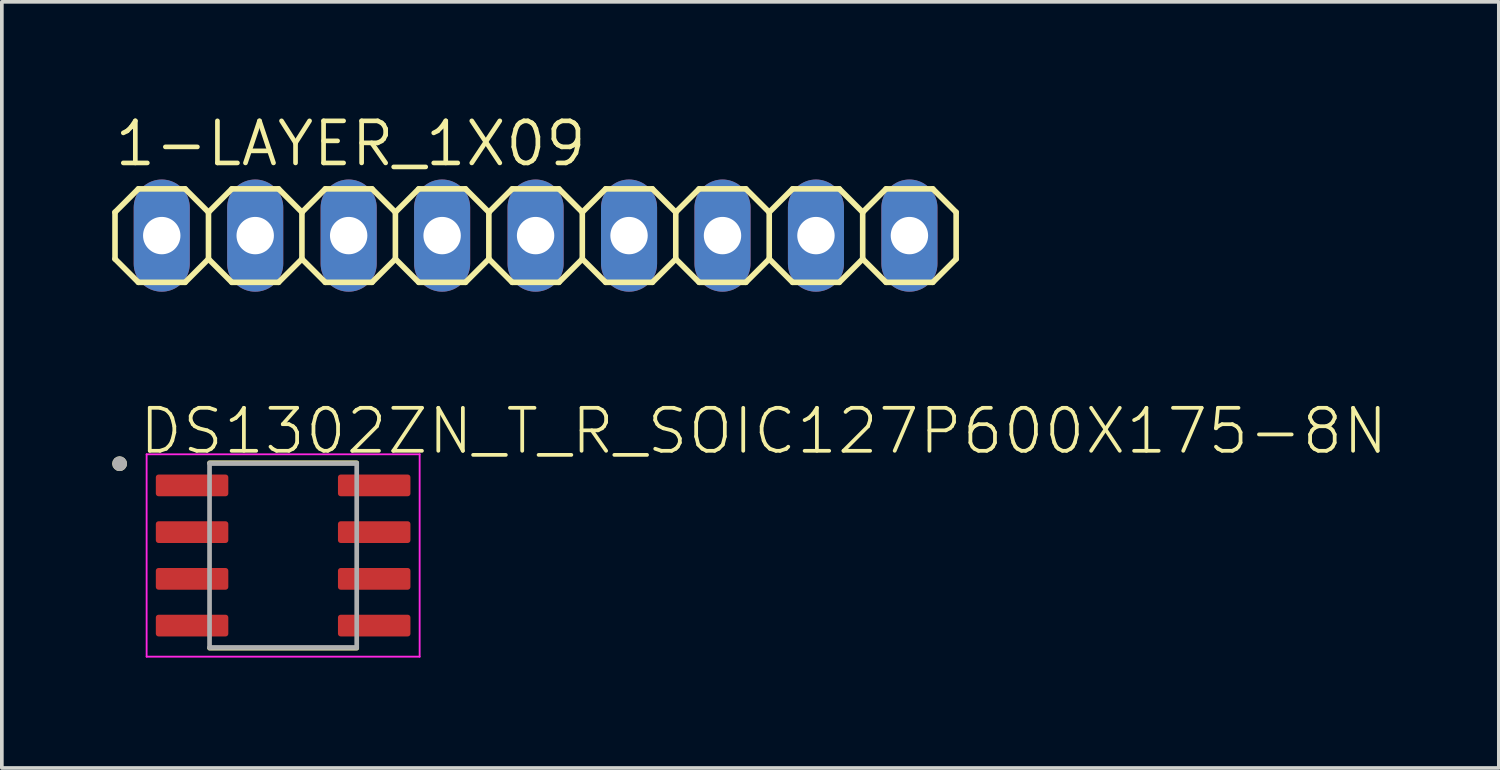
<source format=kicad_pcb>
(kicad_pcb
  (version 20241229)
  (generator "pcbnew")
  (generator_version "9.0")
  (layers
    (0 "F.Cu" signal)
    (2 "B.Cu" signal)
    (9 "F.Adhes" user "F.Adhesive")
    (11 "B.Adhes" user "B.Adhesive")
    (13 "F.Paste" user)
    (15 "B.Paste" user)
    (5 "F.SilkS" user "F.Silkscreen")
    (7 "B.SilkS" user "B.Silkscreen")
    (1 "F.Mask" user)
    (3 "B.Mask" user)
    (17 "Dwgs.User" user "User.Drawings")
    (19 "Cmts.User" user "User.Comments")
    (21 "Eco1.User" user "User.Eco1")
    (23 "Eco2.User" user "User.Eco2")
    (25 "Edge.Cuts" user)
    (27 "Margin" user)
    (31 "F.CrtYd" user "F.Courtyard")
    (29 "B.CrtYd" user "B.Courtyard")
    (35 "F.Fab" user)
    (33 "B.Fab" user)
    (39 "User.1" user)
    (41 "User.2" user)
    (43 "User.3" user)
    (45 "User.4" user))
  (footprint "1-LAYER_1X09"
    (layer "F.Cu")
    (at 11.506 3.353)
    (property "Reference" "1-LAYER_1X09" (at -11.506 -1.829 0) (unlocked yes) (layer "F.SilkS") (effects (font (size 1.143 1.143) (thickness 0.127)) (justify left bottom)))
    (fp_line (start -11.43 -0.635) (end -11.43 0.635) (stroke (width 0.152) (type solid)) (layer "F.SilkS"))
    (fp_line (start -11.43 0.635) (end -10.795 1.27) (stroke (width 0.152) (type solid)) (layer "F.SilkS"))
    (fp_line (start -10.795 -1.27) (end -11.43 -0.635) (stroke (width 0.152) (type solid)) (layer "F.SilkS"))
    (fp_line (start -10.795 -1.27) (end -9.525 -1.27) (stroke (width 0.152) (type solid)) (layer "F.SilkS"))
    (fp_line (start -9.525 -1.27) (end -8.89 -0.635) (stroke (width 0.152) (type solid)) (layer "F.SilkS"))
    (fp_line (start -9.525 1.27) (end -10.795 1.27) (stroke (width 0.152) (type solid)) (layer "F.SilkS"))
    (fp_line (start -8.89 -0.635) (end -8.89 0.635) (stroke (width 0.152) (type solid)) (layer "F.SilkS"))
    (fp_line (start -8.89 -0.635) (end -8.255 -1.27) (stroke (width 0.152) (type solid)) (layer "F.SilkS"))
    (fp_line (start -8.89 0.635) (end -9.525 1.27) (stroke (width 0.152) (type solid)) (layer "F.SilkS"))
    (fp_line (start -8.255 -1.27) (end -6.985 -1.27) (stroke (width 0.152) (type solid)) (layer "F.SilkS"))
    (fp_line (start -8.255 1.27) (end -8.89 0.635) (stroke (width 0.152) (type solid)) (layer "F.SilkS"))
    (fp_line (start -6.985 -1.27) (end -6.35 -0.635) (stroke (width 0.152) (type solid)) (layer "F.SilkS"))
    (fp_line (start -6.985 1.27) (end -8.255 1.27) (stroke (width 0.152) (type solid)) (layer "F.SilkS"))
    (fp_line (start -6.35 -0.635) (end -6.35 0.635) (stroke (width 0.152) (type solid)) (layer "F.SilkS"))
    (fp_line (start -6.35 -0.635) (end -5.715 -1.27) (stroke (width 0.152) (type solid)) (layer "F.SilkS"))
    (fp_line (start -6.35 0.635) (end -6.985 1.27) (stroke (width 0.152) (type solid)) (layer "F.SilkS"))
    (fp_line (start -5.715 -1.27) (end -4.445 -1.27) (stroke (width 0.152) (type solid)) (layer "F.SilkS"))
    (fp_line (start -5.715 1.27) (end -6.35 0.635) (stroke (width 0.152) (type solid)) (layer "F.SilkS"))
    (fp_line (start -4.445 -1.27) (end -3.81 -0.635) (stroke (width 0.152) (type solid)) (layer "F.SilkS"))
    (fp_line (start -4.445 1.27) (end -5.715 1.27) (stroke (width 0.152) (type solid)) (layer "F.SilkS"))
    (fp_line (start -3.81 -0.635) (end -3.81 0.635) (stroke (width 0.152) (type solid)) (layer "F.SilkS"))
    (fp_line (start -3.81 0.635) (end -4.445 1.27) (stroke (width 0.152) (type solid)) (layer "F.SilkS"))
    (fp_line (start -3.81 0.635) (end -3.175 1.27) (stroke (width 0.152) (type solid)) (layer "F.SilkS"))
    (fp_line (start -3.175 -1.27) (end -3.81 -0.635) (stroke (width 0.152) (type solid)) (layer "F.SilkS"))
    (fp_line (start -3.175 -1.27) (end -1.905 -1.27) (stroke (width 0.152) (type solid)) (layer "F.SilkS"))
    (fp_line (start -1.905 -1.27) (end -1.27 -0.635) (stroke (width 0.152) (type solid)) (layer "F.SilkS"))
    (fp_line (start -1.905 1.27) (end -3.175 1.27) (stroke (width 0.152) (type solid)) (layer "F.SilkS"))
    (fp_line (start -1.27 -0.635) (end -1.27 0.635) (stroke (width 0.152) (type solid)) (layer "F.SilkS"))
    (fp_line (start -1.27 -0.635) (end -0.635 -1.27) (stroke (width 0.152) (type solid)) (layer "F.SilkS"))
    (fp_line (start -1.27 0.635) (end -1.905 1.27) (stroke (width 0.152) (type solid)) (layer "F.SilkS"))
    (fp_line (start -0.635 -1.27) (end 0.635 -1.27) (stroke (width 0.152) (type solid)) (layer "F.SilkS"))
    (fp_line (start -0.635 1.27) (end -1.27 0.635) (stroke (width 0.152) (type solid)) (layer "F.SilkS"))
    (fp_line (start 0.635 -1.27) (end 1.27 -0.635) (stroke (width 0.152) (type solid)) (layer "F.SilkS"))
    (fp_line (start 0.635 1.27) (end -0.635 1.27) (stroke (width 0.152) (type solid)) (layer "F.SilkS"))
    (fp_line (start 1.27 -0.635) (end 1.27 0.635) (stroke (width 0.152) (type solid)) (layer "F.SilkS"))
    (fp_line (start 1.27 -0.635) (end 1.905 -1.27) (stroke (width 0.152) (type solid)) (layer "F.SilkS"))
    (fp_line (start 1.27 0.635) (end 0.635 1.27) (stroke (width 0.152) (type solid)) (layer "F.SilkS"))
    (fp_line (start 1.905 -1.27) (end 3.175 -1.27) (stroke (width 0.152) (type solid)) (layer "F.SilkS"))
    (fp_line (start 1.905 1.27) (end 1.27 0.635) (stroke (width 0.152) (type solid)) (layer "F.SilkS"))
    (fp_line (start 3.175 -1.27) (end 3.81 -0.635) (stroke (width 0.152) (type solid)) (layer "F.SilkS"))
    (fp_line (start 3.175 1.27) (end 1.905 1.27) (stroke (width 0.152) (type solid)) (layer "F.SilkS"))
    (fp_line (start 3.81 -0.635) (end 3.81 0.635) (stroke (width 0.152) (type solid)) (layer "F.SilkS"))
    (fp_line (start 3.81 0.635) (end 3.175 1.27) (stroke (width 0.152) (type solid)) (layer "F.SilkS"))
    (fp_line (start 3.81 0.635) (end 4.445 1.27) (stroke (width 0.152) (type solid)) (layer "F.SilkS"))
    (fp_line (start 4.445 -1.27) (end 3.81 -0.635) (stroke (width 0.152) (type solid)) (layer "F.SilkS"))
    (fp_line (start 4.445 -1.27) (end 5.715 -1.27) (stroke (width 0.152) (type solid)) (layer "F.SilkS"))
    (fp_line (start 5.715 -1.27) (end 6.35 -0.635) (stroke (width 0.152) (type solid)) (layer "F.SilkS"))
    (fp_line (start 5.715 1.27) (end 4.445 1.27) (stroke (width 0.152) (type solid)) (layer "F.SilkS"))
    (fp_line (start 6.35 -0.635) (end 6.35 0.635) (stroke (width 0.152) (type solid)) (layer "F.SilkS"))
    (fp_line (start 6.35 -0.635) (end 6.985 -1.27) (stroke (width 0.152) (type solid)) (layer "F.SilkS"))
    (fp_line (start 6.35 0.635) (end 5.715 1.27) (stroke (width 0.152) (type solid)) (layer "F.SilkS"))
    (fp_line (start 6.985 -1.27) (end 8.255 -1.27) (stroke (width 0.152) (type solid)) (layer "F.SilkS"))
    (fp_line (start 6.985 1.27) (end 6.35 0.635) (stroke (width 0.152) (type solid)) (layer "F.SilkS"))
    (fp_line (start 8.255 -1.27) (end 8.89 -0.635) (stroke (width 0.152) (type solid)) (layer "F.SilkS"))
    (fp_line (start 8.255 1.27) (end 6.985 1.27) (stroke (width 0.152) (type solid)) (layer "F.SilkS"))
    (fp_line (start 8.89 -0.635) (end 8.89 0.635) (stroke (width 0.152) (type solid)) (layer "F.SilkS"))
    (fp_line (start 8.89 0.635) (end 8.255 1.27) (stroke (width 0.152) (type solid)) (layer "F.SilkS"))
    (fp_line (start 8.89 0.635) (end 9.525 1.27) (stroke (width 0.152) (type solid)) (layer "F.SilkS"))
    (fp_line (start 9.525 -1.27) (end 8.89 -0.635) (stroke (width 0.152) (type solid)) (layer "F.SilkS"))
    (fp_line (start 9.525 -1.27) (end 10.795 -1.27) (stroke (width 0.152) (type solid)) (layer "F.SilkS"))
    (fp_line (start 10.795 -1.27) (end 11.43 -0.635) (stroke (width 0.152) (type solid)) (layer "F.SilkS"))
    (fp_line (start 10.795 1.27) (end 9.525 1.27) (stroke (width 0.152) (type solid)) (layer "F.SilkS"))
    (fp_line (start 11.43 -0.635) (end 11.43 0.635) (stroke (width 0.152) (type solid)) (layer "F.SilkS"))
    (fp_line (start 11.43 0.635) (end 10.795 1.27) (stroke (width 0.152) (type solid)) (layer "F.SilkS"))
    (fp_poly (pts (xy -10.414 0.254) (xy -9.906 0.254) (xy -9.906 -0.254) (xy -10.414 -0.254)) (stroke (width 0.1) (type default)) (fill no) (layer "F.Fab"))
    (fp_poly (pts (xy -7.874 0.254) (xy -7.366 0.254) (xy -7.366 -0.254) (xy -7.874 -0.254)) (stroke (width 0.1) (type default)) (fill no) (layer "F.Fab"))
    (fp_poly (pts (xy -5.334 0.254) (xy -4.826 0.254) (xy -4.826 -0.254) (xy -5.334 -0.254)) (stroke (width 0.1) (type default)) (fill no) (layer "F.Fab"))
    (fp_poly (pts (xy -2.794 0.254) (xy -2.286 0.254) (xy -2.286 -0.254) (xy -2.794 -0.254)) (stroke (width 0.1) (type default)) (fill no) (layer "F.Fab"))
    (fp_poly (pts (xy -0.254 0.254) (xy 0.254 0.254) (xy 0.254 -0.254) (xy -0.254 -0.254)) (stroke (width 0.1) (type default)) (fill no) (layer "F.Fab"))
    (fp_poly (pts (xy 2.286 0.254) (xy 2.794 0.254) (xy 2.794 -0.254) (xy 2.286 -0.254)) (stroke (width 0.1) (type default)) (fill no) (layer "F.Fab"))
    (fp_poly (pts (xy 4.826 0.254) (xy 5.334 0.254) (xy 5.334 -0.254) (xy 4.826 -0.254)) (stroke (width 0.1) (type default)) (fill no) (layer "F.Fab"))
    (fp_poly (pts (xy 7.366 0.254) (xy 7.874 0.254) (xy 7.874 -0.254) (xy 7.366 -0.254)) (stroke (width 0.1) (type default)) (fill no) (layer "F.Fab"))
    (fp_poly (pts (xy 9.906 0.254) (xy 10.414 0.254) (xy 10.414 -0.254) (xy 9.906 -0.254)) (stroke (width 0.1) (type default)) (fill no) (layer "F.Fab"))
    (pad "1" thru_hole oval (at -10.16 0 90) (size 3.048 1.524) (drill 1.016) (layers "*.Cu" "*.Mask"))
    (pad "2" thru_hole oval (at -7.62 0 90) (size 3.048 1.524) (drill 1.016) (layers "*.Cu" "*.Mask"))
    (pad "3" thru_hole oval (at -5.08 0 90) (size 3.048 1.524) (drill 1.016) (layers "*.Cu" "*.Mask"))
    (pad "4" thru_hole oval (at -2.54 0 90) (size 3.048 1.524) (drill 1.016) (layers "*.Cu" "*.Mask"))
    (pad "5" thru_hole oval (at 0 0 90) (size 3.048 1.524) (drill 1.016) (layers "*.Cu" "*.Mask"))
    (pad "6" thru_hole oval (at 2.54 0 90) (size 3.048 1.524) (drill 1.016) (layers "*.Cu" "*.Mask"))
    (pad "7" thru_hole oval (at 5.08 0 90) (size 3.048 1.524) (drill 1.016) (layers "*.Cu" "*.Mask"))
    (pad "8" thru_hole oval (at 7.62 0 90) (size 3.048 1.524) (drill 1.016) (layers "*.Cu" "*.Mask"))
    (pad "9" thru_hole oval (at 10.16 0 90) (size 3.048 1.524) (drill 1.016) (layers "*.Cu" "*.Mask")))
  (footprint "DS1302ZN_T_R_SOIC127P600X175-8N"
    (layer "F.Cu")
    (at 4.645 12.047)
    (property "Reference" "DS1302ZN_T_R_SOIC127P600X175-8N" (at -3.97 -2.697 0) (unlocked yes) (layer "F.SilkS") (effects (font (size 1.168 1.168) (thickness 0.102)) (justify left bottom)))
    (fp_line (start -2 -2.52) (end 2 -2.52) (stroke (width 0.127) (type solid)) (layer "F.SilkS"))
    (fp_line (start -2 2.52) (end 2 2.52) (stroke (width 0.127) (type solid)) (layer "F.SilkS"))
    (fp_circle (center -4.445 -2.495) (end -4.345 -2.495) (stroke (width 0.2) (type solid)) (fill no) (layer "F.SilkS"))
    (fp_line (start -3.71 -2.75) (end -3.71 2.75) (stroke (width 0.05) (type solid)) (layer "F.CrtYd"))
    (fp_line (start -3.71 -2.75) (end 3.71 -2.75) (stroke (width 0.05) (type solid)) (layer "F.CrtYd"))
    (fp_line (start -3.71 2.75) (end 3.71 2.75) (stroke (width 0.05) (type solid)) (layer "F.CrtYd"))
    (fp_line (start 3.71 -2.75) (end 3.71 2.75) (stroke (width 0.05) (type solid)) (layer "F.CrtYd"))
    (fp_line (start -2 -2.5) (end -2 2.5) (stroke (width 0.127) (type solid)) (layer "F.Fab"))
    (fp_line (start -2 -2.5) (end 2 -2.5) (stroke (width 0.127) (type solid)) (layer "F.Fab"))
    (fp_line (start -2 2.5) (end 2 2.5) (stroke (width 0.127) (type solid)) (layer "F.Fab"))
    (fp_line (start 2 -2.5) (end 2 2.5) (stroke (width 0.127) (type solid)) (layer "F.Fab"))
    (fp_circle (center -4.445 -2.495) (end -4.345 -2.495) (stroke (width 0.2) (type solid)) (fill no) (layer "F.Fab"))
    (pad "1" smd roundrect (at -2.475 -1.905) (size 1.97 0.59) (layers "F.Cu" "F.Mask" "F.Paste") (roundrect_rratio 0.125))
    (pad "2" smd roundrect (at -2.475 -0.635) (size 1.97 0.59) (layers "F.Cu" "F.Mask" "F.Paste") (roundrect_rratio 0.125))
    (pad "3" smd roundrect (at -2.475 0.635) (size 1.97 0.59) (layers "F.Cu" "F.Mask" "F.Paste") (roundrect_rratio 0.125))
    (pad "4" smd roundrect (at -2.475 1.905) (size 1.97 0.59) (layers "F.Cu" "F.Mask" "F.Paste") (roundrect_rratio 0.125))
    (pad "5" smd roundrect (at 2.475 1.905) (size 1.97 0.59) (layers "F.Cu" "F.Mask" "F.Paste") (roundrect_rratio 0.125))
    (pad "6" smd roundrect (at 2.475 0.635) (size 1.97 0.59) (layers "F.Cu" "F.Mask" "F.Paste") (roundrect_rratio 0.125))
    (pad "7" smd roundrect (at 2.475 -0.635) (size 1.97 0.59) (layers "F.Cu" "F.Mask" "F.Paste") (roundrect_rratio 0.125))
    (pad "8" smd roundrect (at 2.475 -1.905) (size 1.97 0.59) (layers "F.Cu" "F.Mask" "F.Paste") (roundrect_rratio 0.125)))
  (gr_rect
    (start -3 -3)
    (end 37.685 17.822)
    (stroke (width 0.1) (type default))
    (fill no)
    (layer "Edge.Cuts")))
</source>
